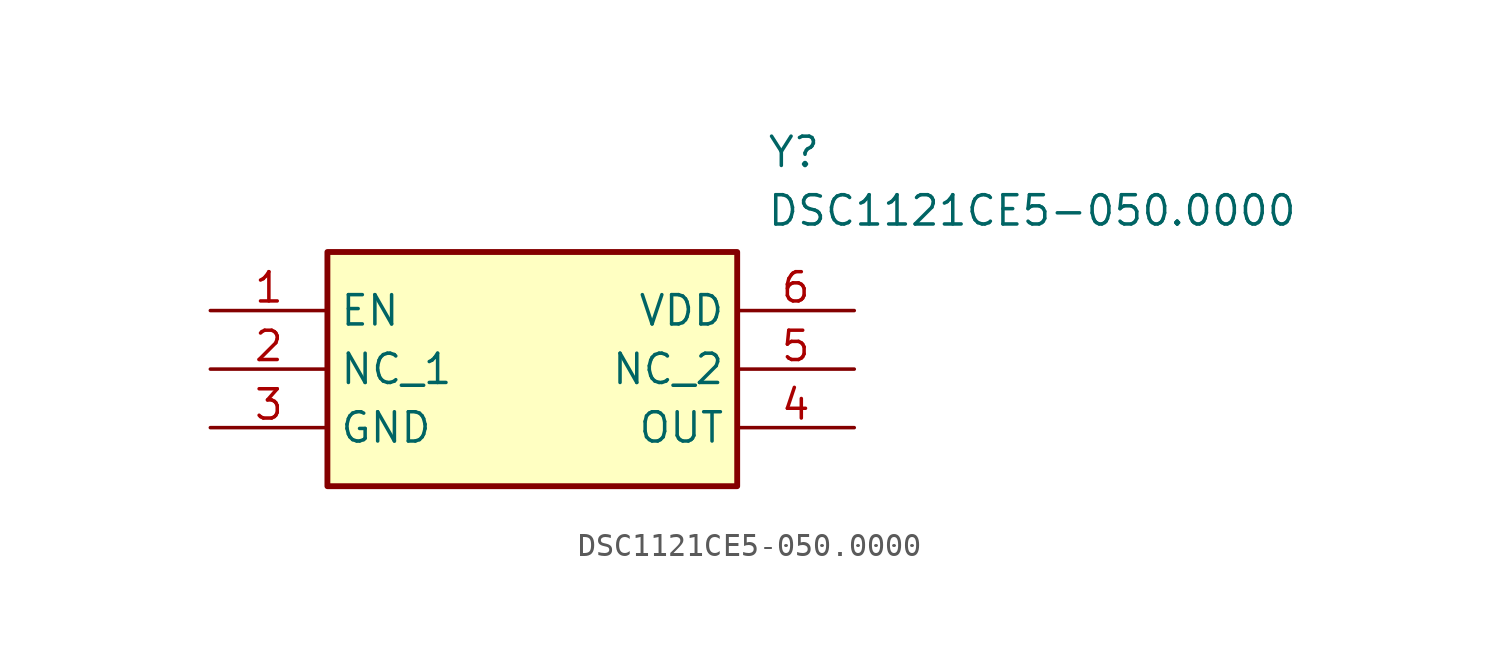
<source format=kicad_sym>
(kicad_symbol_lib
  (version 20211014)
  (generator SamacSys_ECAD_Model)
  (symbol "DSC1121CE5-050.0000"
    (property "Reference" "Y"
      (at 24.13 7.62 0)
      (effects (font (size 1.27 1.27)) (justify left top)))
    (property "Value" "DSC1121CE5-050.0000"
      (at 24.13 5.08 0)
      (effects (font (size 1.27 1.27)) (justify left top)))
    (rectangle
      (start 5.08 2.54)
      (end 22.86 -7.62)
      (stroke (width 0.254) (type default))
      (fill (type background)))
    (pin passive line
      (at 0 0 0)
      (length 5.08)
      (name "EN" (effects (font (size 1.27 1.27))))
      (number "1" (effects (font (size 1.27 1.27)))))
    (pin passive line
      (at 0 -2.54 0)
      (length 5.08)
      (name "NC_1" (effects (font (size 1.27 1.27))))
      (number "2" (effects (font (size 1.27 1.27)))))
    (pin passive line
      (at 0 -5.08 0)
      (length 5.08)
      (name "GND" (effects (font (size 1.27 1.27))))
      (number "3" (effects (font (size 1.27 1.27)))))
    (pin passive line
      (at 27.94 -5.08 180)
      (length 5.08)
      (name "OUT" (effects (font (size 1.27 1.27))))
      (number "4" (effects (font (size 1.27 1.27)))))
    (pin passive line
      (at 27.94 -2.54 180)
      (length 5.08)
      (name "NC_2" (effects (font (size 1.27 1.27))))
      (number "5" (effects (font (size 1.27 1.27)))))
    (pin passive line
      (at 27.94 0 180)
      (length 5.08)
      (name "VDD" (effects (font (size 1.27 1.27))))
      (number "6" (effects (font (size 1.27 1.27)))))))
</source>
